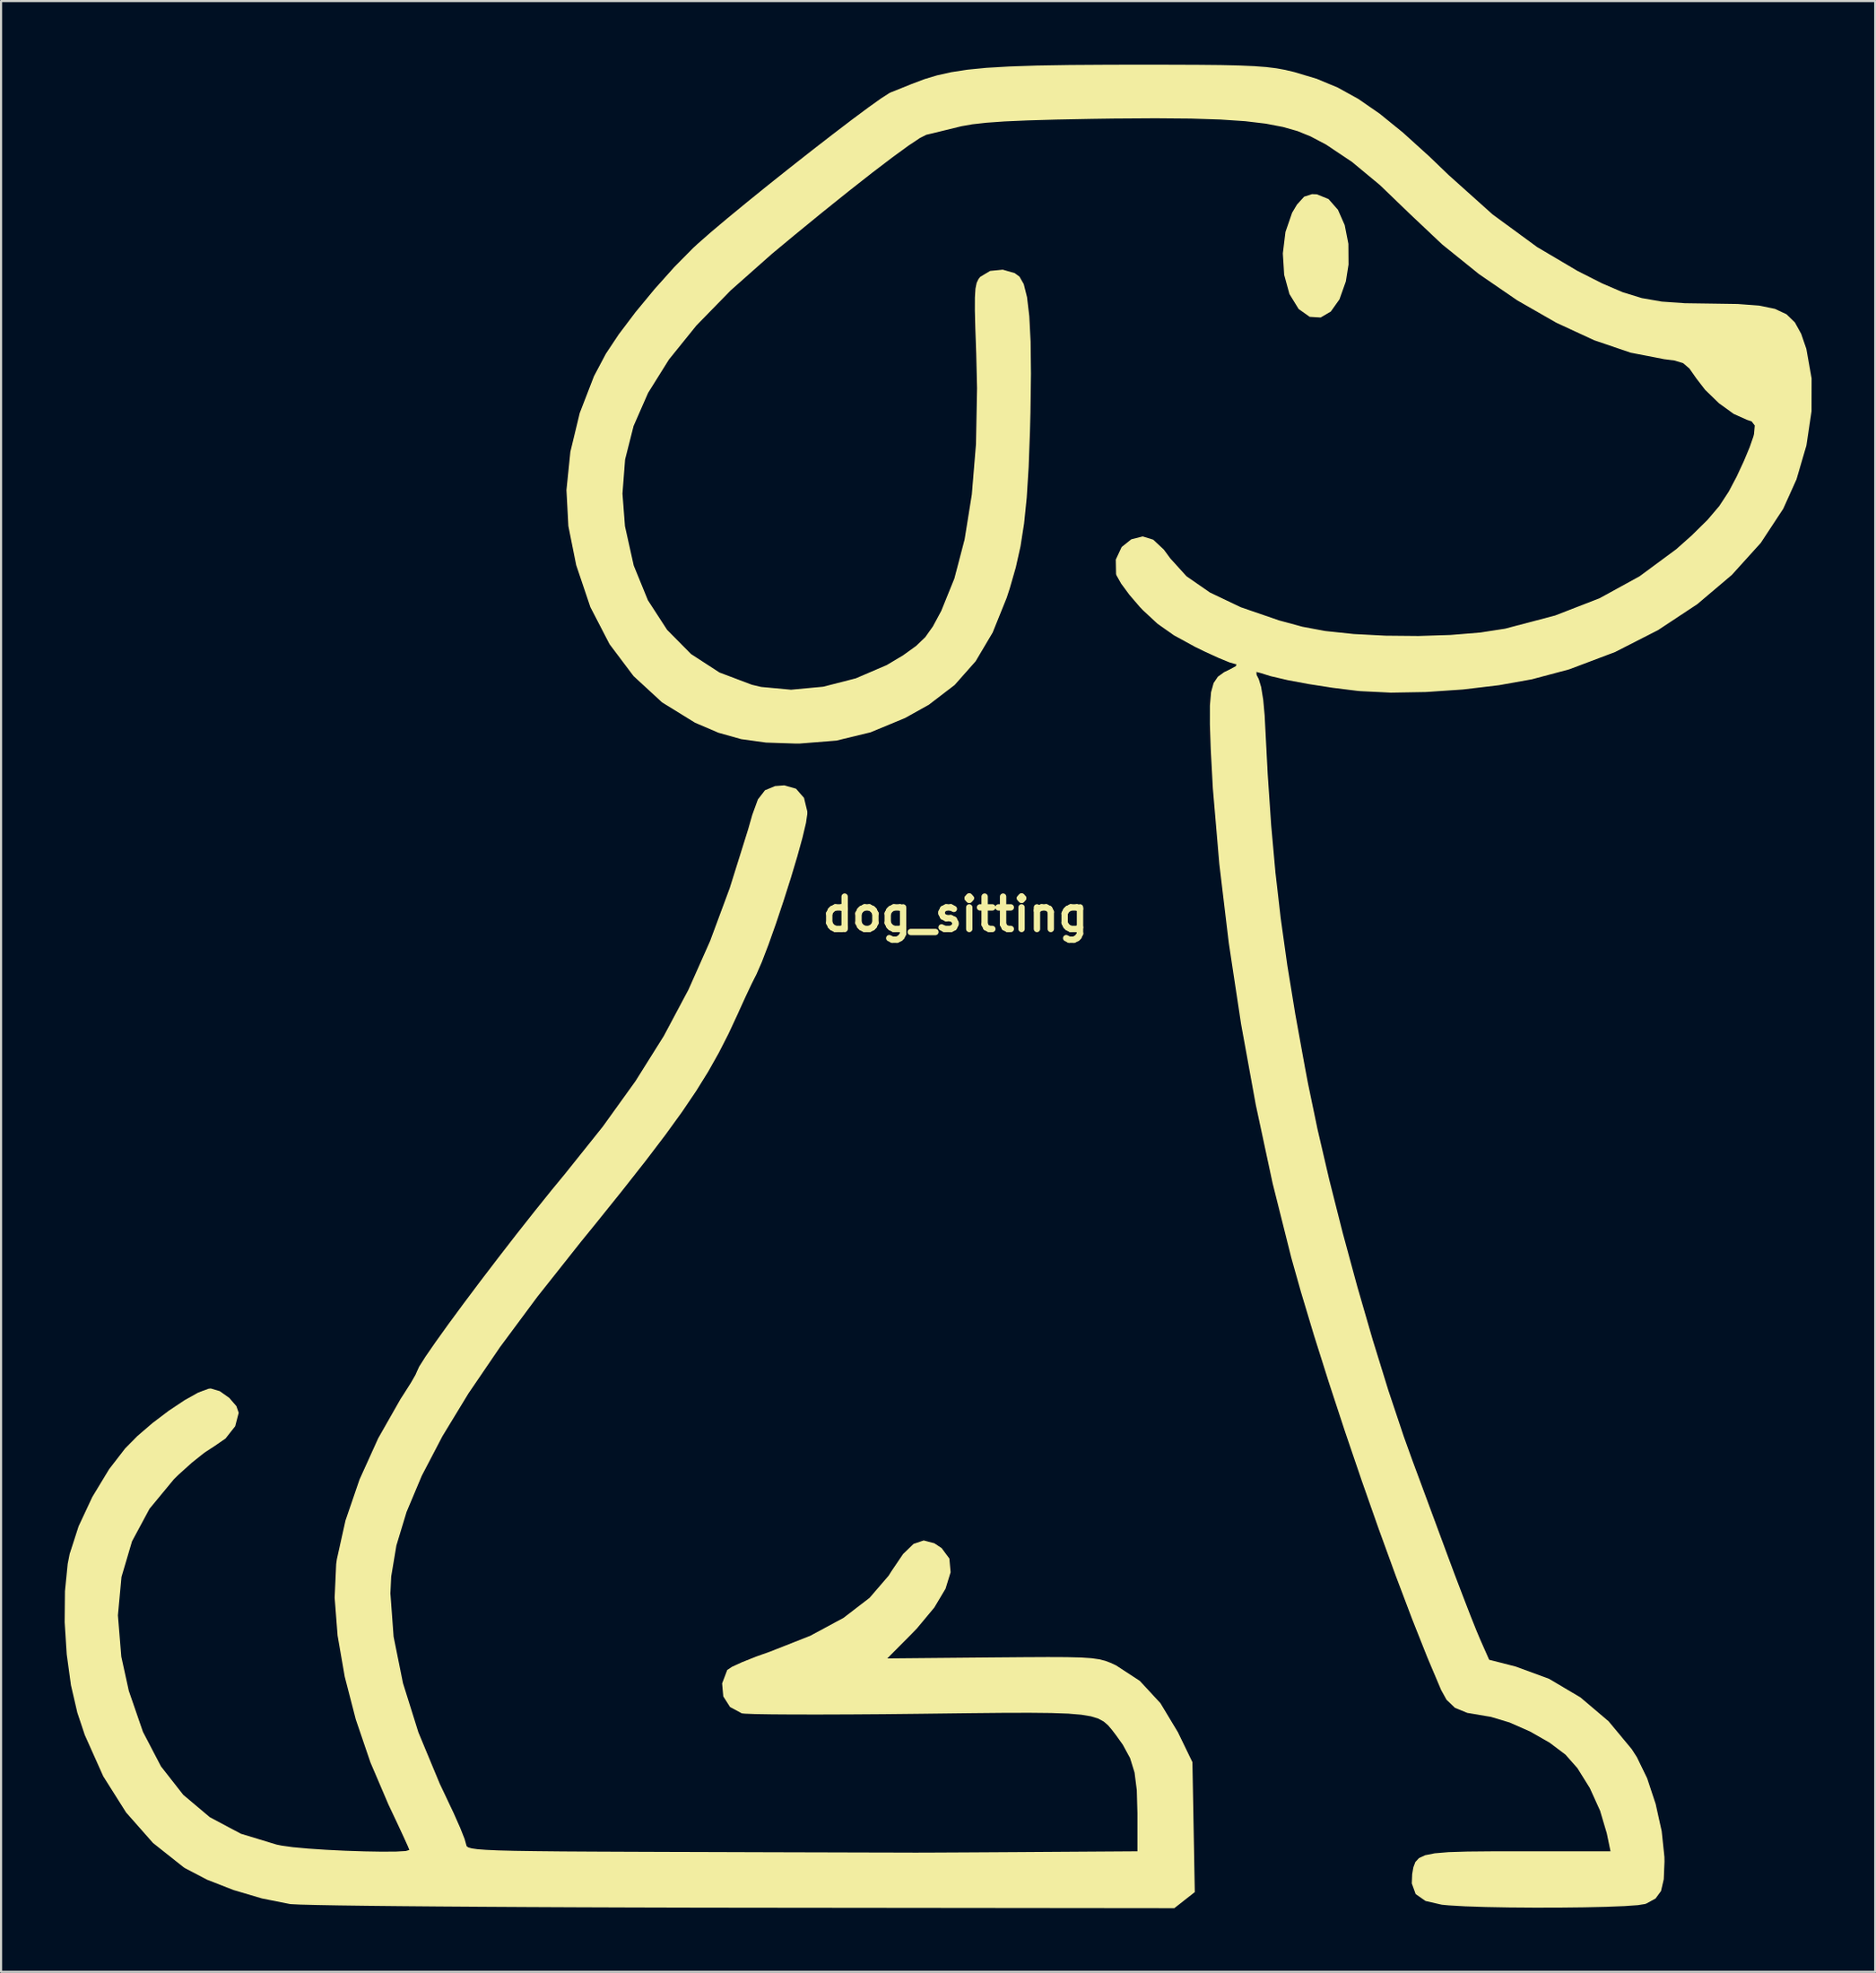
<source format=kicad_pcb>
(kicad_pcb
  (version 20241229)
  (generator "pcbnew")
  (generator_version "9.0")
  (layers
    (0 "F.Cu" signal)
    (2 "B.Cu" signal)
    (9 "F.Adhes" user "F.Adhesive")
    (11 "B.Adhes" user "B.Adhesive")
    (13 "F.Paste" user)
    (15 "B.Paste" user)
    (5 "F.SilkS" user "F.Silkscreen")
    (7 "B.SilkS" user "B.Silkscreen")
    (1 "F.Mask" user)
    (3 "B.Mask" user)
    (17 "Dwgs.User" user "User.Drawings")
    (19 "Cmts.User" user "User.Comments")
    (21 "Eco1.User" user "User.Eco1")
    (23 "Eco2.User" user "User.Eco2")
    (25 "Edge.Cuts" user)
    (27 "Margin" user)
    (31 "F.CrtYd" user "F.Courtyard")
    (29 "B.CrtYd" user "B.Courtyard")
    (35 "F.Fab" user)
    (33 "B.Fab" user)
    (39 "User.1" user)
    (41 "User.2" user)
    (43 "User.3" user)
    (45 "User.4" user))
  (footprint "dog_sitting"
    (layer "F.Cu")
    (at 42.018 40.064)
    (property "Reference" "dog_sitting" (at 0 0 0) (layer "F.SilkS") (effects (font (size 1.524 1.524) (thickness 0.3))))
    (attr board_only exclude_from_pos_files exclude_from_bom)
    (fp_poly (pts (xy 17.051 -33.951) (xy 17.599 -33.729) (xy 18.044 -33.224) (xy 18.364 -32.498) (xy 18.538 -31.616) (xy 18.545 -30.642) (xy 18.418 -29.845) (xy 18.117 -28.999) (xy 17.709 -28.424) (xy 17.228 -28.142) (xy 16.712 -28.174) (xy 16.194 -28.54) (xy 16.189 -28.546) (xy 15.757 -29.248) (xy 15.508 -30.155) (xy 15.445 -31.164) (xy 15.569 -32.174) (xy 15.882 -33.081) (xy 16.11 -33.465) (xy 16.45 -33.84) (xy 16.823 -33.96)) (stroke (width 0) (type solid)) (fill yes) (layer "F.SilkS"))
    (fp_poly (pts (xy -7.52 -5.924) (xy -7.142 -5.492) (xy -6.986 -4.849) (xy -6.985 -4.745) (xy -7.048 -4.311) (xy -7.215 -3.611) (xy -7.462 -2.717) (xy -7.768 -1.696) (xy -8.111 -0.62) (xy -8.466 0.441) (xy -8.813 1.419) (xy -9.129 2.243) (xy -9.391 2.843) (xy -9.465 2.985) (xy -9.62 3.295) (xy -9.873 3.831) (xy -10.175 4.491) (xy -10.262 4.686) (xy -10.701 5.629) (xy -11.158 6.525) (xy -11.658 7.413) (xy -12.227 8.328) (xy -12.89 9.309) (xy -13.675 10.393) (xy -14.606 11.617) (xy -15.709 13.019) (xy -17.009 14.636) (xy -17.676 15.456) (xy -19.718 18.032) (xy -21.481 20.407) (xy -22.973 22.596) (xy -24.2 24.613) (xy -25.17 26.47) (xy -25.891 28.183) (xy -26.37 29.763) (xy -26.615 31.227) (xy -26.652 32.023) (xy -26.502 34.058) (xy -26.059 36.252) (xy -25.331 38.573) (xy -24.327 40.99) (xy -24.039 41.597) (xy -23.666 42.385) (xy -23.36 43.076) (xy -23.153 43.598) (xy -23.075 43.875) (xy -23.075 43.877) (xy -23.055 43.942) (xy -22.979 43.998) (xy -22.818 44.044) (xy -22.547 44.083) (xy -22.136 44.114) (xy -21.56 44.14) (xy -20.791 44.16) (xy -19.802 44.175) (xy -18.565 44.188) (xy -17.054 44.197) (xy -15.24 44.205) (xy -13.098 44.213) (xy -12.968 44.213) (xy -11.063 44.219) (xy -9.237 44.225) (xy -7.527 44.23) (xy -5.969 44.234) (xy -4.599 44.238) (xy -3.455 44.241) (xy -2.572 44.243) (xy -1.987 44.245) (xy -1.789 44.245) (xy -1.313 44.244) (xy -0.543 44.24) (xy 0.46 44.235) (xy 1.633 44.228) (xy 2.914 44.22) (xy 3.935 44.213) (xy 8.586 44.182) (xy 8.586 42.387) (xy 8.557 41.301) (xy 8.45 40.468) (xy 8.239 39.786) (xy 7.895 39.154) (xy 7.582 38.716) (xy 7.384 38.456) (xy 7.2 38.24) (xy 6.996 38.064) (xy 6.74 37.925) (xy 6.398 37.819) (xy 5.938 37.742) (xy 5.327 37.69) (xy 4.532 37.661) (xy 3.52 37.65) (xy 2.258 37.653) (xy 0.713 37.668) (xy -1.148 37.691) (xy -1.715 37.698) (xy -3.377 37.716) (xy -4.941 37.727) (xy -6.369 37.732) (xy -7.621 37.731) (xy -8.657 37.724) (xy -9.44 37.711) (xy -9.931 37.692) (xy -10.075 37.677) (xy -10.63 37.379) (xy -10.95 36.878) (xy -11.005 36.266) (xy -10.764 35.633) (xy -10.763 35.632) (xy -10.54 35.483) (xy -10.052 35.259) (xy -9.377 34.992) (xy -8.749 34.769) (xy -6.842 34.018) (xy -5.276 33.173) (xy -4.048 32.23) (xy -3.152 31.188) (xy -3.013 30.968) (xy -2.468 30.163) (xy -1.974 29.687) (xy -1.495 29.524) (xy -0.994 29.657) (xy -0.65 29.885) (xy -0.285 30.377) (xy -0.226 31.022) (xy -0.465 31.799) (xy -0.995 32.688) (xy -1.81 33.667) (xy -2.088 33.955) (xy -3.214 35.087) (xy 1.747 35.041) (xy 3.21 35.029) (xy 4.361 35.023) (xy 5.248 35.027) (xy 5.915 35.044) (xy 6.41 35.076) (xy 6.779 35.127) (xy 7.067 35.199) (xy 7.322 35.296) (xy 7.58 35.416) (xy 8.701 36.149) (xy 9.672 37.199) (xy 10.499 38.572) (xy 10.53 38.637) (xy 11.18 39.978) (xy 11.292 46.106) (xy 10.809 46.485) (xy 10.326 46.865) (xy -9.996 46.843) (xy -12.685 46.839) (xy -15.289 46.832) (xy -17.783 46.823) (xy -20.143 46.812) (xy -22.346 46.799) (xy -24.367 46.785) (xy -26.183 46.769) (xy -27.768 46.752) (xy -29.1 46.734) (xy -30.153 46.714) (xy -30.905 46.695) (xy -31.33 46.674) (xy -31.392 46.668) (xy -32.706 46.407) (xy -34.05 46.01) (xy -35.299 45.522) (xy -36.328 44.985) (xy -36.409 44.933) (xy -37.849 43.791) (xy -39.119 42.353) (xy -40.198 40.645) (xy -41.069 38.697) (xy -41.42 37.644) (xy -41.72 36.353) (xy -41.921 34.893) (xy -42.018 33.376) (xy -42.004 31.918) (xy -41.875 30.633) (xy -41.782 30.162) (xy -41.359 28.853) (xy -40.714 27.474) (xy -39.92 26.163) (xy -39.164 25.184) (xy -38.582 24.596) (xy -37.874 23.988) (xy -37.113 23.412) (xy -36.37 22.916) (xy -35.719 22.552) (xy -35.231 22.371) (xy -35.125 22.359) (xy -34.698 22.487) (xy -34.254 22.801) (xy -33.917 23.191) (xy -33.807 23.505) (xy -33.974 24.14) (xy -34.43 24.719) (xy -34.96 25.083) (xy -35.42 25.382) (xy -36.017 25.857) (xy -36.647 26.424) (xy -36.861 26.634) (xy -38.014 28.029) (xy -38.84 29.566) (xy -39.337 31.243) (xy -39.506 33.057) (xy -39.346 35.004) (xy -38.992 36.614) (xy -38.326 38.547) (xy -37.474 40.179) (xy -36.425 41.518) (xy -35.172 42.573) (xy -33.707 43.353) (xy -32.02 43.866) (xy -31.779 43.915) (xy -31.256 43.988) (xy -30.534 44.054) (xy -29.684 44.111) (xy -28.774 44.156) (xy -27.873 44.186) (xy -27.052 44.2) (xy -26.38 44.195) (xy -25.925 44.169) (xy -25.758 44.118) (xy -25.758 44.118) (xy -25.83 43.942) (xy -26.028 43.506) (xy -26.322 42.873) (xy -26.684 42.106) (xy -26.742 41.984) (xy -27.593 39.994) (xy -28.286 37.961) (xy -28.807 35.946) (xy -29.143 34.013) (xy -29.282 32.222) (xy -29.21 30.638) (xy -29.178 30.411) (xy -28.771 28.584) (xy -28.108 26.65) (xy -27.228 24.707) (xy -26.171 22.85) (xy -26.007 22.597) (xy -25.688 22.094) (xy -25.469 21.714) (xy -25.4 21.556) (xy -25.293 21.324) (xy -24.992 20.85) (xy -24.525 20.174) (xy -23.922 19.333) (xy -23.21 18.367) (xy -22.42 17.314) (xy -21.579 16.213) (xy -20.717 15.101) (xy -19.862 14.017) (xy -19.044 13) (xy -18.428 12.253) (xy -16.633 10.009) (xy -15.088 7.86) (xy -13.754 5.734) (xy -12.594 3.557) (xy -11.571 1.257) (xy -10.645 -1.238) (xy -9.779 -4.002) (xy -9.582 -4.691) (xy -9.317 -5.418) (xy -8.982 -5.85) (xy -8.508 -6.048) (xy -8.071 -6.082)) (stroke (width 0) (type solid)) (fill yes) (layer "F.SilkS"))
    (fp_poly (pts (xy 10.031 -40.063) (xy 11.414 -40.058) (xy 12.526 -40.047) (xy 13.41 -40.026) (xy 14.111 -39.995) (xy 14.672 -39.952) (xy 15.136 -39.894) (xy 15.547 -39.819) (xy 15.948 -39.725) (xy 16.007 -39.71) (xy 17.051 -39.395) (xy 18.034 -38.986) (xy 19.006 -38.449) (xy 20.016 -37.751) (xy 21.114 -36.86) (xy 22.349 -35.742) (xy 23.27 -34.858) (xy 25.336 -33.006) (xy 27.439 -31.465) (xy 29.343 -30.341) (xy 30.501 -29.754) (xy 31.477 -29.335) (xy 32.38 -29.057) (xy 33.32 -28.893) (xy 34.408 -28.816) (xy 35.596 -28.799) (xy 36.905 -28.779) (xy 37.909 -28.704) (xy 38.659 -28.55) (xy 39.206 -28.293) (xy 39.601 -27.908) (xy 39.896 -27.373) (xy 40.14 -26.664) (xy 40.388 -25.271) (xy 40.385 -23.723) (xy 40.143 -22.107) (xy 39.674 -20.508) (xy 39.049 -19.122) (xy 37.991 -17.514) (xy 36.625 -16.004) (xy 34.995 -14.624) (xy 33.145 -13.402) (xy 31.118 -12.368) (xy 28.958 -11.552) (xy 27.199 -11.083) (xy 25.644 -10.804) (xy 23.935 -10.601) (xy 22.194 -10.482) (xy 20.539 -10.453) (xy 19.091 -10.524) (xy 18.925 -10.541) (xy 17.781 -10.684) (xy 16.667 -10.857) (xy 15.668 -11.044) (xy 14.869 -11.23) (xy 14.423 -11.37) (xy 14.2 -11.431) (xy 14.207 -11.293) (xy 14.309 -11.092) (xy 14.421 -10.722) (xy 14.52 -10.113) (xy 14.587 -9.384) (xy 14.595 -9.232) (xy 14.733 -6.584) (xy 14.896 -4.195) (xy 15.097 -1.967) (xy 15.346 0.195) (xy 15.654 2.388) (xy 16.033 4.708) (xy 16.495 7.251) (xy 16.629 7.96) (xy 17.08 10.129) (xy 17.635 12.512) (xy 18.27 15.022) (xy 18.963 17.573) (xy 19.69 20.08) (xy 20.425 22.455) (xy 21.147 24.614) (xy 21.559 25.758) (xy 21.764 26.311) (xy 22.064 27.119) (xy 22.427 28.1) (xy 22.824 29.173) (xy 23.149 30.051) (xy 23.549 31.123) (xy 23.941 32.151) (xy 24.293 33.061) (xy 24.578 33.774) (xy 24.742 34.165) (xy 25.177 35.149) (xy 26.437 35.473) (xy 28.003 36.049) (xy 29.486 36.927) (xy 30.811 38.051) (xy 31.902 39.363) (xy 32.149 39.747) (xy 32.631 40.741) (xy 33.032 41.95) (xy 33.316 43.232) (xy 33.445 44.446) (xy 33.449 44.669) (xy 33.414 45.5) (xy 33.285 46.055) (xy 33.027 46.409) (xy 32.605 46.64) (xy 32.532 46.667) (xy 32.192 46.722) (xy 31.556 46.767) (xy 30.687 46.801) (xy 29.647 46.825) (xy 28.497 46.838) (xy 27.3 46.84) (xy 26.118 46.831) (xy 25.013 46.81) (xy 24.047 46.778) (xy 23.282 46.733) (xy 22.945 46.701) (xy 22.173 46.524) (xy 21.711 46.199) (xy 21.528 45.697) (xy 21.546 45.256) (xy 21.602 44.937) (xy 21.696 44.689) (xy 21.868 44.502) (xy 22.159 44.367) (xy 22.61 44.277) (xy 23.261 44.222) (xy 24.155 44.194) (xy 25.33 44.183) (xy 26.575 44.182) (xy 30.902 44.182) (xy 30.726 43.332) (xy 30.409 42.265) (xy 29.926 41.201) (xy 29.341 40.262) (xy 28.777 39.623) (xy 28.027 39.059) (xy 27.104 38.533) (xy 26.138 38.107) (xy 25.258 37.843) (xy 24.997 37.8) (xy 24.147 37.655) (xy 23.565 37.418) (xy 23.167 37.037) (xy 22.914 36.58) (xy 22.264 35.045) (xy 21.542 33.226) (xy 20.77 31.186) (xy 19.97 28.989) (xy 19.163 26.695) (xy 18.37 24.367) (xy 17.615 22.068) (xy 16.917 19.86) (xy 16.299 17.805) (xy 15.843 16.188) (xy 14.962 12.678) (xy 14.168 8.975) (xy 13.475 5.169) (xy 12.896 1.354) (xy 12.448 -2.38) (xy 12.144 -5.939) (xy 12.044 -7.788) (xy 12.004 -8.966) (xy 12.005 -9.843) (xy 12.059 -10.471) (xy 12.18 -10.907) (xy 12.382 -11.205) (xy 12.676 -11.419) (xy 12.938 -11.545) (xy 13.232 -11.705) (xy 13.255 -11.793) (xy 13.21 -11.799) (xy 12.931 -11.878) (xy 12.419 -12.088) (xy 11.758 -12.391) (xy 11.306 -12.611) (xy 10.313 -13.154) (xy 9.535 -13.7) (xy 8.84 -14.345) (xy 8.695 -14.498) (xy 8.209 -15.064) (xy 7.82 -15.591) (xy 7.598 -15.983) (xy 7.578 -16.043) (xy 7.565 -16.728) (xy 7.843 -17.321) (xy 8.297 -17.683) (xy 8.835 -17.82) (xy 9.331 -17.666) (xy 9.832 -17.198) (xy 10.137 -16.783) (xy 10.9 -15.941) (xy 12.01 -15.173) (xy 13.466 -14.479) (xy 15.27 -13.859) (xy 16.367 -13.561) (xy 17.449 -13.359) (xy 18.787 -13.218) (xy 20.283 -13.14) (xy 21.841 -13.125) (xy 23.364 -13.174) (xy 24.754 -13.287) (xy 25.915 -13.467) (xy 25.937 -13.471) (xy 28.291 -14.091) (xy 30.385 -14.904) (xy 32.271 -15.938) (xy 34.007 -17.22) (xy 34.729 -17.862) (xy 35.479 -18.601) (xy 36.032 -19.251) (xy 36.479 -19.933) (xy 36.85 -20.635) (xy 37.187 -21.358) (xy 37.466 -22.026) (xy 37.641 -22.528) (xy 37.671 -22.648) (xy 37.707 -23.049) (xy 37.561 -23.241) (xy 37.347 -23.314) (xy 36.716 -23.595) (xy 36.019 -24.098) (xy 35.366 -24.731) (xy 34.95 -25.271) (xy 34.625 -25.735) (xy 34.33 -25.988) (xy 33.927 -26.113) (xy 33.436 -26.176) (xy 31.852 -26.484) (xy 30.134 -27.069) (xy 28.335 -27.901) (xy 26.505 -28.95) (xy 24.698 -30.189) (xy 22.964 -31.586) (xy 21.465 -33) (xy 20.024 -34.388) (xy 18.706 -35.48) (xy 17.479 -36.3) (xy 16.744 -36.686) (xy 16.142 -36.93) (xy 15.453 -37.127) (xy 14.641 -37.283) (xy 13.669 -37.399) (xy 12.502 -37.478) (xy 11.103 -37.523) (xy 9.436 -37.537) (xy 7.465 -37.524) (xy 6.439 -37.509) (xy 4.763 -37.476) (xy 3.402 -37.436) (xy 2.316 -37.388) (xy 1.464 -37.327) (xy 0.803 -37.253) (xy 0.293 -37.163) (xy 0.179 -37.136) (xy -0.483 -36.973) (xy -1.052 -36.834) (xy -1.373 -36.758) (xy -1.674 -36.606) (xy -2.219 -36.243) (xy -2.979 -35.689) (xy -3.926 -34.968) (xy -5.032 -34.1) (xy -6.269 -33.108) (xy -7.608 -32.013) (xy -8.656 -31.143) (xy -10.604 -29.417) (xy -12.218 -27.764) (xy -13.512 -26.162) (xy -14.495 -24.59) (xy -15.181 -23.027) (xy -15.581 -21.449) (xy -15.705 -19.836) (xy -15.587 -18.299) (xy -15.173 -16.444) (xy -14.505 -14.809) (xy -13.599 -13.413) (xy -12.469 -12.272) (xy -11.13 -11.403) (xy -9.596 -10.824) (xy -9.163 -10.722) (xy -7.753 -10.591) (xy -6.233 -10.733) (xy -4.697 -11.127) (xy -3.24 -11.753) (xy -2.47 -12.212) (xy -1.858 -12.652) (xy -1.423 -13.067) (xy -1.062 -13.576) (xy -0.673 -14.298) (xy -0.667 -14.31) (xy -0.048 -15.837) (xy 0.433 -17.673) (xy 0.774 -19.795) (xy 0.971 -22.181) (xy 1.021 -24.808) (xy 0.982 -26.437) (xy 0.94 -27.606) (xy 0.917 -28.471) (xy 0.919 -29.085) (xy 0.946 -29.502) (xy 1.002 -29.775) (xy 1.09 -29.958) (xy 1.171 -30.06) (xy 1.638 -30.339) (xy 2.233 -30.398) (xy 2.798 -30.235) (xy 3.023 -30.068) (xy 3.224 -29.717) (xy 3.378 -29.101) (xy 3.485 -28.204) (xy 3.547 -27.01) (xy 3.565 -25.5) (xy 3.54 -23.659) (xy 3.518 -22.806) (xy 3.454 -21.085) (xy 3.364 -19.65) (xy 3.24 -18.431) (xy 3.072 -17.358) (xy 2.849 -16.358) (xy 2.562 -15.362) (xy 2.423 -14.936) (xy 1.758 -13.288) (xy 0.954 -11.932) (xy -0.036 -10.814) (xy -1.256 -9.88) (xy -2.376 -9.256) (xy -4.002 -8.582) (xy -5.61 -8.192) (xy -7.345 -8.053) (xy -7.533 -8.052) (xy -8.933 -8.099) (xy -10.109 -8.261) (xy -11.183 -8.564) (xy -12.278 -9.033) (xy -12.289 -9.039) (xy -13.836 -9.993) (xy -15.182 -11.233) (xy -16.314 -12.737) (xy -17.22 -14.488) (xy -17.888 -16.466) (xy -18.258 -18.31) (xy -18.348 -20.007) (xy -18.162 -21.813) (xy -17.722 -23.635) (xy -17.048 -25.378) (xy -16.488 -26.434) (xy -15.882 -27.346) (xy -15.088 -28.397) (xy -14.184 -29.49) (xy -13.253 -30.529) (xy -12.375 -31.417) (xy -12.163 -31.613) (xy -11.544 -32.157) (xy -10.754 -32.822) (xy -9.838 -33.575) (xy -8.838 -34.384) (xy -7.797 -35.212) (xy -6.759 -36.028) (xy -5.767 -36.796) (xy -4.864 -37.484) (xy -4.092 -38.057) (xy -3.496 -38.482) (xy -3.118 -38.724) (xy -3.047 -38.759) (xy -2.526 -38.967) (xy -2.092 -39.142) (xy -2.057 -39.156) (xy -1.469 -39.378) (xy -0.862 -39.561) (xy -0.197 -39.71) (xy 0.566 -39.827) (xy 1.466 -39.916) (xy 2.544 -39.98) (xy 3.839 -40.024) (xy 5.392 -40.05) (xy 7.241 -40.062) (xy 8.334 -40.064)) (stroke (width 0) (type solid)) (fill yes) (layer "F.SilkS")))
  (gr_rect
    (start -3 -3)
    (end 85.406 89.929)
    (stroke (width 0.1) (type default))
    (fill no)
    (layer "Edge.Cuts")))
</source>
